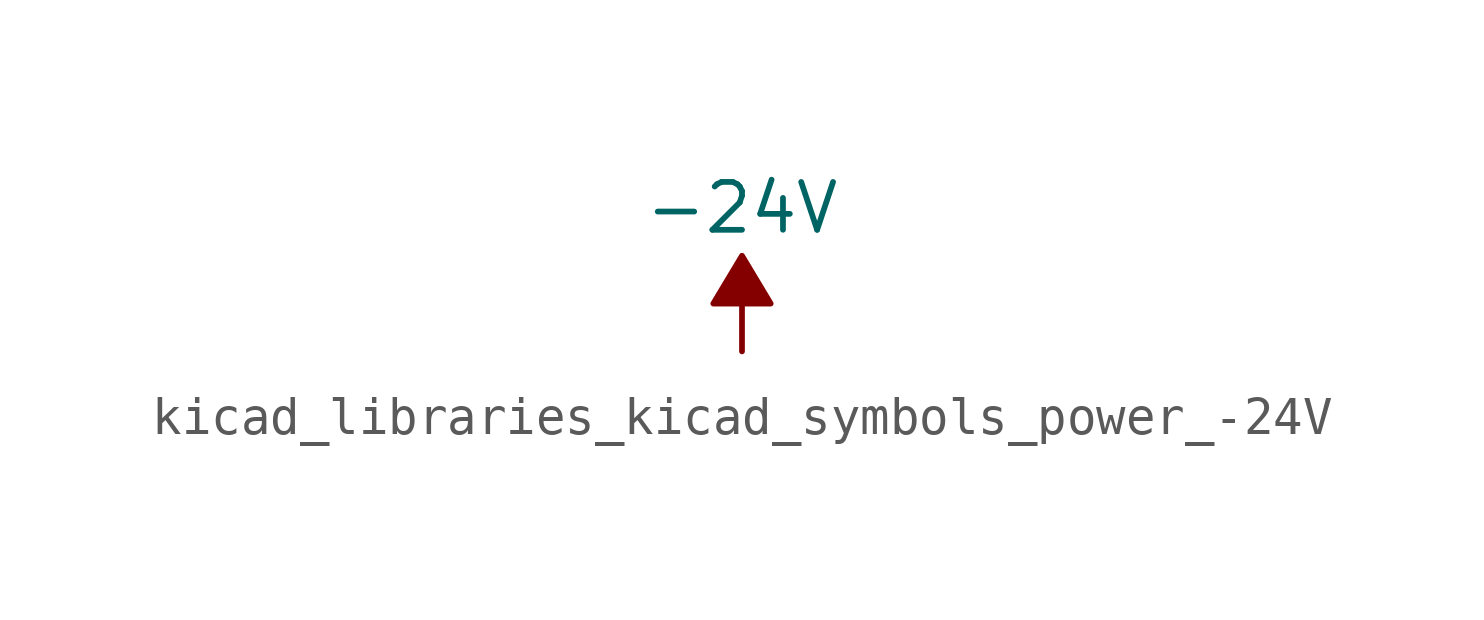
<source format=kicad_sym>
(kicad_symbol_lib
  (version 20220914)
  (generator kicad_symbol_editor)
  (symbol "kicad_libraries_kicad_symbols_power_-24V"
    (power)
    (pin_names
      (offset 0))
    (property "Reference" "#PWR"
      (at 0 2.54 0)
      (effects (font (size 1.27 1.27)) hide))
    (property "Value" "-24V"
      (at 0 3.81 0)
      (effects (font (size 1.27 1.27))))
    (symbol "kicad_libraries_kicad_symbols_power_-24V_0_0"
      (pin power_in line (at 0 0 90) (length 0) hide (name "-24V" (effects (font (size 1.27 1.27)))) (number "1" (effects (font (size 1.27 1.27))))))
    (symbol "kicad_libraries_kicad_symbols_power_-24V_0_1"
      (polyline (pts (xy 0 0) (xy 0 1.27) (xy 0.762 1.27) (xy 0 2.54) (xy -0.762 1.27) (xy 0 1.27)) (stroke (width 0) (type default)) (fill (type outline))))))
</source>
